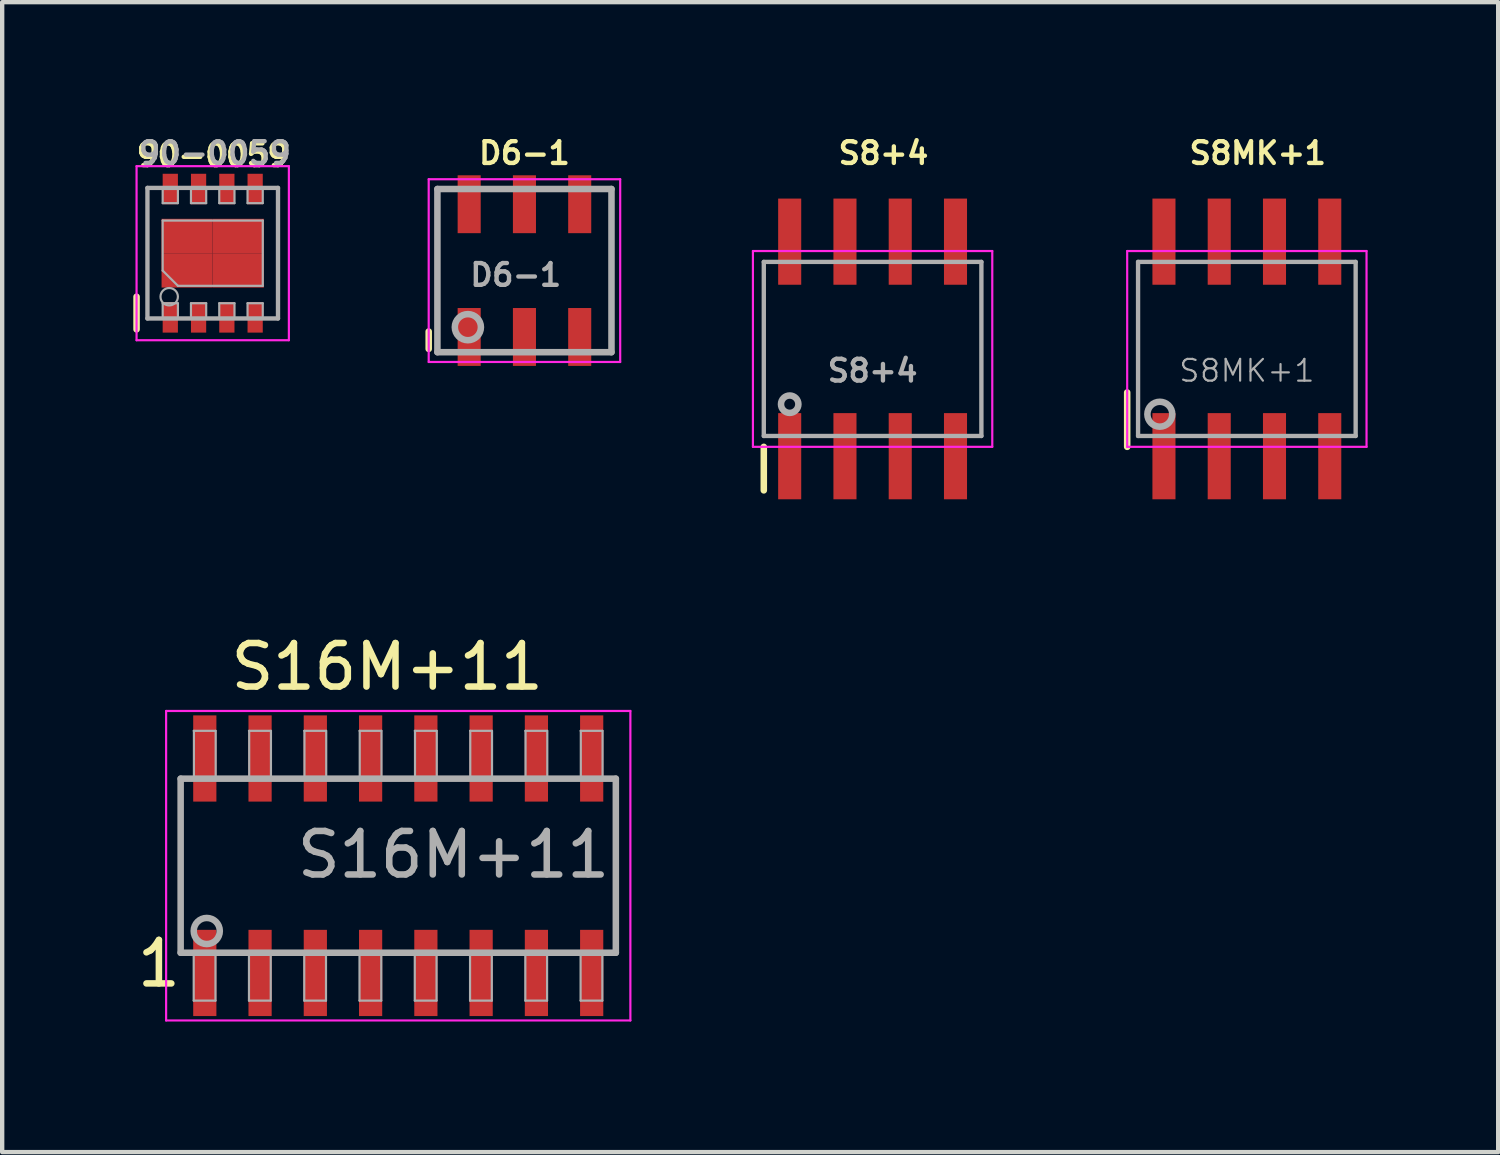
<source format=kicad_pcb>
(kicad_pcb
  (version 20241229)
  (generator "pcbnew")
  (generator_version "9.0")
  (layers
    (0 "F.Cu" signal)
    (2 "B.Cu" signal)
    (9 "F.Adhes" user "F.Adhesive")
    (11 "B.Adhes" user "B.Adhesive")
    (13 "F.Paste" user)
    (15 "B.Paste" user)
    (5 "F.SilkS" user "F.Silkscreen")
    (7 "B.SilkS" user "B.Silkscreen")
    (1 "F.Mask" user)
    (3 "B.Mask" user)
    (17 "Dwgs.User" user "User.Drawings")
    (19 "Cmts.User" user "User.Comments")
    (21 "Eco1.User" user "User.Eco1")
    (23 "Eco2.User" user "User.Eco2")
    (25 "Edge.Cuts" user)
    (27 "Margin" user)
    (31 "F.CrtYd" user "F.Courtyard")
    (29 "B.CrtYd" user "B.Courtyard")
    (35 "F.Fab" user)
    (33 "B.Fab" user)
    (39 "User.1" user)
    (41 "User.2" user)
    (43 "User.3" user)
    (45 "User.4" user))
  (footprint "D6-1"
    (layer "F.Cu")
    (at 9.001 3.168)
    (property "Reference" "D6-1" (at 0 -2.7 0) (layer "F.SilkS") (effects (font (size 0.5 0.5) (thickness 0.1))))
    (attr smd)
    (fp_line (start -2.2 1.4) (end -2.2 1.8) (stroke (width 0.15) (type solid)) (layer "F.SilkS"))
    (fp_line (start -2.2 -2.1) (end -2.2 2.1) (stroke (width 0.05) (type solid)) (layer "F.CrtYd"))
    (fp_line (start -2.2 -2.1) (end 2.2 -2.1) (stroke (width 0.05) (type solid)) (layer "F.CrtYd"))
    (fp_line (start -2.2 2.1) (end 2.2 2.1) (stroke (width 0.05) (type solid)) (layer "F.CrtYd"))
    (fp_line (start 2.2 -2.1) (end 2.2 2.1) (stroke (width 0.05) (type solid)) (layer "F.CrtYd"))
    (fp_line (start -2 -1.875) (end -2 1.875) (stroke (width 0.15) (type solid)) (layer "F.Fab"))
    (fp_line (start -2 1.875) (end 2 1.875) (stroke (width 0.15) (type solid)) (layer "F.Fab"))
    (fp_line (start 2 -1.875) (end -2 -1.875) (stroke (width 0.15) (type solid)) (layer "F.Fab"))
    (fp_line (start 2 1.875) (end 2 -1.875) (stroke (width 0.15) (type solid)) (layer "F.Fab"))
    (fp_circle (center -1.3 1.3) (end -1 1.3) (stroke (width 0.15) (type solid)) (fill no) (layer "F.Fab"))
    (fp_text user "${REFERENCE}" (at -0.2 0.1 0) (layer "F.Fab") (effects (font (size 0.5 0.5) (thickness 0.1))))
    (pad "1" smd rect (at -1.27 1.525) (size 0.53 1.33) (layers "F.Cu" "F.Mask" "F.Paste"))
    (pad "2" smd rect (at 0 1.525) (size 0.53 1.33) (layers "F.Cu" "F.Mask" "F.Paste"))
    (pad "3" smd rect (at 1.27 1.525) (size 0.53 1.33) (layers "F.Cu" "F.Mask" "F.Paste"))
    (pad "4" smd rect (at 1.27 -1.525) (size 0.53 1.33) (layers "F.Cu" "F.Mask" "F.Paste"))
    (pad "5" smd rect (at 0 -1.525) (size 0.53 1.33) (layers "F.Cu" "F.Mask" "F.Paste"))
    (pad "6" smd rect (at -1.27 -1.525) (size 0.53 1.33) (layers "F.Cu" "F.Mask" "F.Paste")))
  (footprint "S8MK+1"
    (layer "F.Cu")
    (at 25.601 4.968)
    (property "Reference" "S8MK+1" (at 0.25 -4.5 0) (layer "F.SilkS") (effects (font (size 0.5 0.5) (thickness 0.1))))
    (attr smd)
    (fp_line (start -2.75 1) (end -2.75 2.25) (stroke (width 0.15) (type solid)) (layer "F.SilkS"))
    (fp_line (start -2.75 -2.25) (end -2.75 2.25) (stroke (width 0.05) (type solid)) (layer "F.CrtYd"))
    (fp_line (start -2.75 -2.25) (end 2.75 -2.25) (stroke (width 0.05) (type solid)) (layer "F.CrtYd"))
    (fp_line (start -2.75 2.25) (end 2.75 2.25) (stroke (width 0.05) (type solid)) (layer "F.CrtYd"))
    (fp_line (start 2.75 -2.25) (end 2.75 2.25) (stroke (width 0.05) (type solid)) (layer "F.CrtYd"))
    (fp_line (start -2.5 -2) (end 2.5 -2) (stroke (width 0.1) (type solid)) (layer "F.Fab"))
    (fp_line (start -2.5 2) (end -2.5 -2) (stroke (width 0.1) (type solid)) (layer "F.Fab"))
    (fp_line (start 2.5 -2) (end 2.5 2) (stroke (width 0.1) (type solid)) (layer "F.Fab"))
    (fp_line (start 2.5 2) (end -2.5 2) (stroke (width 0.1) (type solid)) (layer "F.Fab"))
    (fp_circle (center -2 1.5) (end -2.095 1.23) (stroke (width 0.15) (type solid)) (fill no) (layer "F.Fab"))
    (fp_text user "${REFERENCE}" (at 0 0.5 0) (layer "F.Fab") (effects (font (size 0.5 0.5) (thickness 0.05))))
    (pad "1" smd rect (at -1.905 2.465) (size 0.53 1.98) (layers "F.Cu" "F.Mask" "F.Paste"))
    (pad "2" smd rect (at -0.635 2.465) (size 0.53 1.98) (layers "F.Cu" "F.Mask" "F.Paste"))
    (pad "3" smd rect (at 0.635 2.465) (size 0.53 1.98) (layers "F.Cu" "F.Mask" "F.Paste"))
    (pad "4" smd rect (at 1.905 2.465) (size 0.53 1.98) (layers "F.Cu" "F.Mask" "F.Paste"))
    (pad "5" smd rect (at 1.905 -2.465) (size 0.53 1.98) (layers "F.Cu" "F.Mask" "F.Paste"))
    (pad "6" smd rect (at 0.635 -2.465) (size 0.53 1.98) (layers "F.Cu" "F.Mask" "F.Paste"))
    (pad "7" smd rect (at -0.635 -2.465) (size 0.53 1.98) (layers "F.Cu" "F.Mask" "F.Paste"))
    (pad "8" smd rect (at -1.905 -2.465) (size 0.53 1.98) (layers "F.Cu" "F.Mask" "F.Paste")))
  (footprint "90-0059"
    (layer "F.Cu")
    (at 1.838 2.768)
    (property "Reference" "90-0059" (at 0 -2.25 0) (layer "F.SilkS") (effects (font (size 0.5 0.5) (thickness 0.1))))
    (attr smd)
    (fp_line (start -1.75 1.75) (end -1.75 1) (stroke (width 0.15) (type solid)) (layer "F.SilkS"))
    (fp_line (start -1.75 -2) (end -1.75 2) (stroke (width 0.05) (type solid)) (layer "F.CrtYd"))
    (fp_line (start -1.75 -2) (end 1.75 -2) (stroke (width 0.05) (type solid)) (layer "F.CrtYd"))
    (fp_line (start -1.75 2) (end 1.75 2) (stroke (width 0.05) (type solid)) (layer "F.CrtYd"))
    (fp_line (start 1.75 -2) (end 1.75 2) (stroke (width 0.05) (type solid)) (layer "F.CrtYd"))
    (fp_line (start -1.5 -1.5) (end 1.5 -1.5) (stroke (width 0.1) (type solid)) (layer "F.Fab"))
    (fp_line (start -1.5 1.5) (end -1.5 -1.5) (stroke (width 0.1) (type solid)) (layer "F.Fab"))
    (fp_line (start -1.15 -1.45) (end -1.15 -1.15) (stroke (width 0.05) (type solid)) (layer "F.Fab"))
    (fp_line (start -1.15 -1.15) (end -0.8 -1.15) (stroke (width 0.05) (type solid)) (layer "F.Fab"))
    (fp_line (start -1.15 -0.75) (end 1.15 -0.75) (stroke (width 0.05) (type solid)) (layer "F.Fab"))
    (fp_line (start -1.15 0.4) (end -1.15 -0.75) (stroke (width 0.05) (type solid)) (layer "F.Fab"))
    (fp_line (start -1.15 0.4) (end -0.8 0.75) (stroke (width 0.05) (type solid)) (layer "F.Fab"))
    (fp_line (start -1.15 1.15) (end -1.15 1.45) (stroke (width 0.05) (type solid)) (layer "F.Fab"))
    (fp_line (start -0.8 -1.15) (end -0.8 -1.45) (stroke (width 0.05) (type solid)) (layer "F.Fab"))
    (fp_line (start -0.8 1.15) (end -1.15 1.15) (stroke (width 0.05) (type solid)) (layer "F.Fab"))
    (fp_line (start -0.8 1.15) (end -0.8 1.45) (stroke (width 0.05) (type solid)) (layer "F.Fab"))
    (fp_line (start -0.5 -1.45) (end -0.5 -1.15) (stroke (width 0.05) (type solid)) (layer "F.Fab"))
    (fp_line (start -0.5 -1.15) (end -0.15 -1.15) (stroke (width 0.05) (type solid)) (layer "F.Fab"))
    (fp_line (start -0.5 1.15) (end -0.5 1.45) (stroke (width 0.05) (type solid)) (layer "F.Fab"))
    (fp_line (start -0.15 -1.15) (end -0.15 -1.45) (stroke (width 0.05) (type solid)) (layer "F.Fab"))
    (fp_line (start -0.15 1.15) (end -0.5 1.15) (stroke (width 0.05) (type solid)) (layer "F.Fab"))
    (fp_line (start -0.15 1.15) (end -0.15 1.45) (stroke (width 0.05) (type solid)) (layer "F.Fab"))
    (fp_line (start 0.15 -1.45) (end 0.15 -1.15) (stroke (width 0.05) (type solid)) (layer "F.Fab"))
    (fp_line (start 0.15 -1.15) (end 0.5 -1.15) (stroke (width 0.05) (type solid)) (layer "F.Fab"))
    (fp_line (start 0.15 1.15) (end 0.15 1.45) (stroke (width 0.05) (type solid)) (layer "F.Fab"))
    (fp_line (start 0.5 -1.15) (end 0.5 -1.45) (stroke (width 0.05) (type solid)) (layer "F.Fab"))
    (fp_line (start 0.5 1.15) (end 0.15 1.15) (stroke (width 0.05) (type solid)) (layer "F.Fab"))
    (fp_line (start 0.5 1.15) (end 0.5 1.45) (stroke (width 0.05) (type solid)) (layer "F.Fab"))
    (fp_line (start 0.8 -1.45) (end 0.8 -1.15) (stroke (width 0.05) (type solid)) (layer "F.Fab"))
    (fp_line (start 0.8 -1.15) (end 1.15 -1.15) (stroke (width 0.05) (type solid)) (layer "F.Fab"))
    (fp_line (start 0.8 1.15) (end 0.8 1.45) (stroke (width 0.05) (type solid)) (layer "F.Fab"))
    (fp_line (start 1.15 -1.15) (end 1.15 -1.45) (stroke (width 0.05) (type solid)) (layer "F.Fab"))
    (fp_line (start 1.15 -0.75) (end 1.15 0.75) (stroke (width 0.05) (type solid)) (layer "F.Fab"))
    (fp_line (start 1.15 0.75) (end -0.8 0.75) (stroke (width 0.05) (type solid)) (layer "F.Fab"))
    (fp_line (start 1.15 1.15) (end 0.8 1.15) (stroke (width 0.05) (type solid)) (layer "F.Fab"))
    (fp_line (start 1.15 1.15) (end 1.15 1.45) (stroke (width 0.05) (type solid)) (layer "F.Fab"))
    (fp_line (start 1.5 -1.5) (end 1.5 1.5) (stroke (width 0.1) (type solid)) (layer "F.Fab"))
    (fp_line (start 1.5 1.5) (end -1.5 1.5) (stroke (width 0.1) (type solid)) (layer "F.Fab"))
    (fp_circle (center -1 1) (end -1 0.8) (stroke (width 0.05) (type solid)) (fill no) (layer "F.Fab"))
    (fp_text user "${REFERENCE}" (at 0.05 -2.3 0) (layer "F.Fab") (effects (font (size 0.5 0.5) (thickness 0.1))))
    (pad "1" smd rect (at -0.975 1.475 90) (size 0.7 0.35) (layers "F.Cu" "F.Mask" "F.Paste"))
    (pad "2" smd rect (at -0.325 1.475 90) (size 0.7 0.35) (layers "F.Cu" "F.Mask" "F.Paste"))
    (pad "3" smd rect (at 0.325 1.475 90) (size 0.7 0.35) (layers "F.Cu" "F.Mask" "F.Paste"))
    (pad "4" smd rect (at 0.975 1.475 90) (size 0.7 0.35) (layers "F.Cu" "F.Mask" "F.Paste"))
    (pad "5" smd rect (at 0.975 -1.475 90) (size 0.7 0.35) (layers "F.Cu" "F.Mask" "F.Paste"))
    (pad "6" smd rect (at 0.325 -1.475 90) (size 0.7 0.35) (layers "F.Cu" "F.Mask" "F.Paste"))
    (pad "7" smd rect (at -0.325 -1.475 90) (size 0.7 0.35) (layers "F.Cu" "F.Mask" "F.Paste"))
    (pad "8" smd rect (at -0.975 -1.475 90) (size 0.7 0.35) (layers "F.Cu" "F.Mask" "F.Paste"))
    (pad "9" smd rect (at -0.588 -0.395) (size 1.175 0.79) (layers "F.Cu" "F.Mask" "F.Paste"))
    (pad "9" smd rect (at -0.588 0.395) (size 1.175 0.79) (layers "F.Cu" "F.Mask" "F.Paste"))
    (pad "9" smd rect (at 0.588 -0.395) (size 1.175 0.79) (layers "F.Cu" "F.Mask" "F.Paste"))
    (pad "9" smd rect (at 0.588 0.395) (size 1.175 0.79) (layers "F.Cu" "F.Mask" "F.Paste")))
  (footprint "S16M+11"
    (layer "F.Cu")
    (at 6.101 16.843)
    (property "Reference" "S16M+11" (at -0.254 -4.572 0) (layer "F.SilkS") (effects (font (size 1 1) (thickness 0.15))))
    (attr smd)
    (fp_line (start -5.334 -3.556) (end 5.334 -3.556) (stroke (width 0.05) (type solid)) (layer "F.CrtYd"))
    (fp_line (start -5.334 3.556) (end -5.334 -3.556) (stroke (width 0.05) (type solid)) (layer "F.CrtYd"))
    (fp_line (start 5.334 -3.556) (end 5.334 3.556) (stroke (width 0.05) (type solid)) (layer "F.CrtYd"))
    (fp_line (start 5.334 3.556) (end -5.334 3.556) (stroke (width 0.05) (type solid)) (layer "F.CrtYd"))
    (fp_line (start -5 -2) (end 5 -2) (stroke (width 0.15) (type solid)) (layer "F.Fab"))
    (fp_line (start -5 2) (end -5 -2) (stroke (width 0.15) (type solid)) (layer "F.Fab"))
    (fp_line (start -4.7 -3.1) (end -4.2 -3.1) (stroke (width 0.05) (type solid)) (layer "F.Fab"))
    (fp_line (start -4.7 3.1) (end -4.7 2) (stroke (width 0.05) (type solid)) (layer "F.Fab"))
    (fp_line (start -4.7 3.1) (end -4.2 3.1) (stroke (width 0.05) (type solid)) (layer "F.Fab"))
    (fp_line (start -4.695 -2) (end -4.695 -3.1) (stroke (width 0.05) (type solid)) (layer "F.Fab"))
    (fp_line (start -4.2 3.1) (end -4.2 2) (stroke (width 0.05) (type solid)) (layer "F.Fab"))
    (fp_line (start -4.195 -2) (end -4.195 -3.1) (stroke (width 0.05) (type solid)) (layer "F.Fab"))
    (fp_line (start -3.43 -3.1) (end -2.93 -3.1) (stroke (width 0.05) (type solid)) (layer "F.Fab"))
    (fp_line (start -3.43 3.1) (end -3.43 2) (stroke (width 0.05) (type solid)) (layer "F.Fab"))
    (fp_line (start -3.43 3.1) (end -2.93 3.1) (stroke (width 0.05) (type solid)) (layer "F.Fab"))
    (fp_line (start -3.425 -2) (end -3.425 -3.1) (stroke (width 0.05) (type solid)) (layer "F.Fab"))
    (fp_line (start -2.93 3.1) (end -2.93 2) (stroke (width 0.05) (type solid)) (layer "F.Fab"))
    (fp_line (start -2.925 -2) (end -2.925 -3.1) (stroke (width 0.05) (type solid)) (layer "F.Fab"))
    (fp_line (start -2.16 -3.1) (end -1.66 -3.1) (stroke (width 0.05) (type solid)) (layer "F.Fab"))
    (fp_line (start -2.16 3.1) (end -2.16 2) (stroke (width 0.05) (type solid)) (layer "F.Fab"))
    (fp_line (start -2.16 3.1) (end -1.66 3.1) (stroke (width 0.05) (type solid)) (layer "F.Fab"))
    (fp_line (start -2.155 -2) (end -2.155 -3.1) (stroke (width 0.05) (type solid)) (layer "F.Fab"))
    (fp_line (start -1.66 3.1) (end -1.66 2) (stroke (width 0.05) (type solid)) (layer "F.Fab"))
    (fp_line (start -1.655 -2) (end -1.655 -3.1) (stroke (width 0.05) (type solid)) (layer "F.Fab"))
    (fp_line (start -0.89 -3.1) (end -0.39 -3.1) (stroke (width 0.05) (type solid)) (layer "F.Fab"))
    (fp_line (start -0.89 3.1) (end -0.89 2) (stroke (width 0.05) (type solid)) (layer "F.Fab"))
    (fp_line (start -0.89 3.1) (end -0.39 3.1) (stroke (width 0.05) (type solid)) (layer "F.Fab"))
    (fp_line (start -0.885 -2) (end -0.885 -3.1) (stroke (width 0.05) (type solid)) (layer "F.Fab"))
    (fp_line (start -0.39 3.1) (end -0.39 2) (stroke (width 0.05) (type solid)) (layer "F.Fab"))
    (fp_line (start -0.385 -2) (end -0.385 -3.1) (stroke (width 0.05) (type solid)) (layer "F.Fab"))
    (fp_line (start 0.38 -3.1) (end 0.88 -3.1) (stroke (width 0.05) (type solid)) (layer "F.Fab"))
    (fp_line (start 0.38 3.1) (end 0.38 2) (stroke (width 0.05) (type solid)) (layer "F.Fab"))
    (fp_line (start 0.38 3.1) (end 0.88 3.1) (stroke (width 0.05) (type solid)) (layer "F.Fab"))
    (fp_line (start 0.385 -2) (end 0.385 -3.1) (stroke (width 0.05) (type solid)) (layer "F.Fab"))
    (fp_line (start 0.88 3.1) (end 0.88 2) (stroke (width 0.05) (type solid)) (layer "F.Fab"))
    (fp_line (start 0.885 -2) (end 0.885 -3.1) (stroke (width 0.05) (type solid)) (layer "F.Fab"))
    (fp_line (start 1.65 -3.1) (end 2.15 -3.1) (stroke (width 0.05) (type solid)) (layer "F.Fab"))
    (fp_line (start 1.65 3.1) (end 1.65 2) (stroke (width 0.05) (type solid)) (layer "F.Fab"))
    (fp_line (start 1.65 3.1) (end 2.15 3.1) (stroke (width 0.05) (type solid)) (layer "F.Fab"))
    (fp_line (start 1.655 -2) (end 1.655 -3.1) (stroke (width 0.05) (type solid)) (layer "F.Fab"))
    (fp_line (start 2.15 3.1) (end 2.15 2) (stroke (width 0.05) (type solid)) (layer "F.Fab"))
    (fp_line (start 2.155 -2) (end 2.155 -3.1) (stroke (width 0.05) (type solid)) (layer "F.Fab"))
    (fp_line (start 2.92 -3.1) (end 3.42 -3.1) (stroke (width 0.05) (type solid)) (layer "F.Fab"))
    (fp_line (start 2.92 3.1) (end 2.92 2) (stroke (width 0.05) (type solid)) (layer "F.Fab"))
    (fp_line (start 2.92 3.1) (end 3.42 3.1) (stroke (width 0.05) (type solid)) (layer "F.Fab"))
    (fp_line (start 2.925 -2) (end 2.925 -3.1) (stroke (width 0.05) (type solid)) (layer "F.Fab"))
    (fp_line (start 3.42 3.1) (end 3.42 2) (stroke (width 0.05) (type solid)) (layer "F.Fab"))
    (fp_line (start 3.425 -2) (end 3.425 -3.1) (stroke (width 0.05) (type solid)) (layer "F.Fab"))
    (fp_line (start 4.19 -3.1) (end 4.69 -3.1) (stroke (width 0.05) (type solid)) (layer "F.Fab"))
    (fp_line (start 4.19 3.1) (end 4.19 2) (stroke (width 0.05) (type solid)) (layer "F.Fab"))
    (fp_line (start 4.19 3.1) (end 4.69 3.1) (stroke (width 0.05) (type solid)) (layer "F.Fab"))
    (fp_line (start 4.195 -2) (end 4.195 -3.1) (stroke (width 0.05) (type solid)) (layer "F.Fab"))
    (fp_line (start 4.69 3.1) (end 4.69 2) (stroke (width 0.05) (type solid)) (layer "F.Fab"))
    (fp_line (start 4.695 -2) (end 4.695 -3.1) (stroke (width 0.05) (type solid)) (layer "F.Fab"))
    (fp_line (start 5 -2) (end 5 2) (stroke (width 0.15) (type solid)) (layer "F.Fab"))
    (fp_line (start 5 2) (end -5 2) (stroke (width 0.15) (type solid)) (layer "F.Fab"))
    (fp_circle (center -4.4 1.5) (end -4.1 1.5) (stroke (width 0.15) (type solid)) (fill no) (layer "F.Fab"))
    (fp_text user "1" (at -5.5 2.25 0) (layer "F.SilkS") (effects (font (size 1 1) (thickness 0.15))))
    (fp_text user "${REFERENCE}" (at 1.27 -0.254 0) (layer "F.Fab") (effects (font (size 1 1) (thickness 0.15))))
    (pad "1" smd rect (at -4.445 2.464) (size 0.533 1.981) (layers "F.Cu" "F.Mask" "F.Paste"))
    (pad "2" smd rect (at -3.175 2.464) (size 0.533 1.981) (layers "F.Cu" "F.Mask" "F.Paste"))
    (pad "3" smd rect (at -1.905 2.464) (size 0.533 1.981) (layers "F.Cu" "F.Mask" "F.Paste"))
    (pad "4" smd rect (at -0.635 2.464) (size 0.533 1.981) (layers "F.Cu" "F.Mask" "F.Paste"))
    (pad "5" smd rect (at 0.635 2.464) (size 0.533 1.981) (layers "F.Cu" "F.Mask" "F.Paste"))
    (pad "6" smd rect (at 1.905 2.464) (size 0.533 1.981) (layers "F.Cu" "F.Mask" "F.Paste"))
    (pad "7" smd rect (at 3.175 2.464) (size 0.533 1.981) (layers "F.Cu" "F.Mask" "F.Paste"))
    (pad "8" smd rect (at 4.445 2.464) (size 0.533 1.981) (layers "F.Cu" "F.Mask" "F.Paste"))
    (pad "9" smd rect (at 4.445 -2.464) (size 0.533 1.981) (layers "F.Cu" "F.Mask" "F.Paste"))
    (pad "10" smd rect (at 3.175 -2.464) (size 0.533 1.981) (layers "F.Cu" "F.Mask" "F.Paste"))
    (pad "11" smd rect (at 1.905 -2.464) (size 0.533 1.981) (layers "F.Cu" "F.Mask" "F.Paste"))
    (pad "12" smd rect (at 0.635 -2.464) (size 0.533 1.981) (layers "F.Cu" "F.Mask" "F.Paste"))
    (pad "13" smd rect (at -0.635 -2.464) (size 0.533 1.981) (layers "F.Cu" "F.Mask" "F.Paste"))
    (pad "14" smd rect (at -1.905 -2.464) (size 0.533 1.981) (layers "F.Cu" "F.Mask" "F.Paste"))
    (pad "15" smd rect (at -3.175 -2.464) (size 0.533 1.981) (layers "F.Cu" "F.Mask" "F.Paste"))
    (pad "16" smd rect (at -4.445 -2.464) (size 0.533 1.981) (layers "F.Cu" "F.Mask" "F.Paste")))
  (footprint "S8+4"
    (layer "F.Cu")
    (at 17.001 4.968)
    (property "Reference" "S8+4" (at 0.25 -4.5 0) (layer "F.SilkS") (effects (font (size 0.5 0.5) (thickness 0.1))))
    (attr smd)
    (fp_line (start -2.5 2.25) (end -2.5 3.25) (stroke (width 0.15) (type solid)) (layer "F.SilkS"))
    (fp_line (start -2.75 -2.25) (end -2.75 2.25) (stroke (width 0.05) (type solid)) (layer "F.CrtYd"))
    (fp_line (start -2.75 -2.25) (end 2.75 -2.25) (stroke (width 0.05) (type solid)) (layer "F.CrtYd"))
    (fp_line (start -2.75 2.25) (end 2.75 2.25) (stroke (width 0.05) (type solid)) (layer "F.CrtYd"))
    (fp_line (start 2.75 -2.25) (end 2.75 2.25) (stroke (width 0.05) (type solid)) (layer "F.CrtYd"))
    (fp_line (start -2.5 -2) (end 2.5 -2) (stroke (width 0.1) (type solid)) (layer "F.Fab"))
    (fp_line (start -2.5 2) (end -2.5 -2) (stroke (width 0.1) (type solid)) (layer "F.Fab"))
    (fp_line (start 2.5 -2) (end 2.5 2) (stroke (width 0.1) (type solid)) (layer "F.Fab"))
    (fp_line (start 2.5 2) (end -2.5 2) (stroke (width 0.1) (type solid)) (layer "F.Fab"))
    (fp_circle (center -1.905 1.27) (end -1.905 1.07) (stroke (width 0.15) (type solid)) (fill no) (layer "F.Fab"))
    (fp_text user "${REFERENCE}" (at 0 0.5 0) (layer "F.Fab") (effects (font (size 0.5 0.5) (thickness 0.1))))
    (pad "1" smd rect (at -1.905 2.465) (size 0.53 1.98) (layers "F.Cu" "F.Mask" "F.Paste"))
    (pad "2" smd rect (at -0.635 2.465) (size 0.53 1.98) (layers "F.Cu" "F.Mask" "F.Paste"))
    (pad "3" smd rect (at 0.635 2.465) (size 0.53 1.98) (layers "F.Cu" "F.Mask" "F.Paste"))
    (pad "4" smd rect (at 1.905 2.465) (size 0.53 1.98) (layers "F.Cu" "F.Mask" "F.Paste"))
    (pad "5" smd rect (at 1.905 -2.465) (size 0.53 1.98) (layers "F.Cu" "F.Mask" "F.Paste"))
    (pad "6" smd rect (at 0.635 -2.465) (size 0.53 1.98) (layers "F.Cu" "F.Mask" "F.Paste"))
    (pad "7" smd rect (at -0.635 -2.465) (size 0.53 1.98) (layers "F.Cu" "F.Mask" "F.Paste"))
    (pad "8" smd rect (at -1.905 -2.465) (size 0.53 1.98) (layers "F.Cu" "F.Mask" "F.Paste")))
  (gr_rect
    (start -3 -3)
    (end 31.376 23.424)
    (stroke (width 0.1) (type default))
    (fill no)
    (layer "Edge.Cuts")))
</source>
